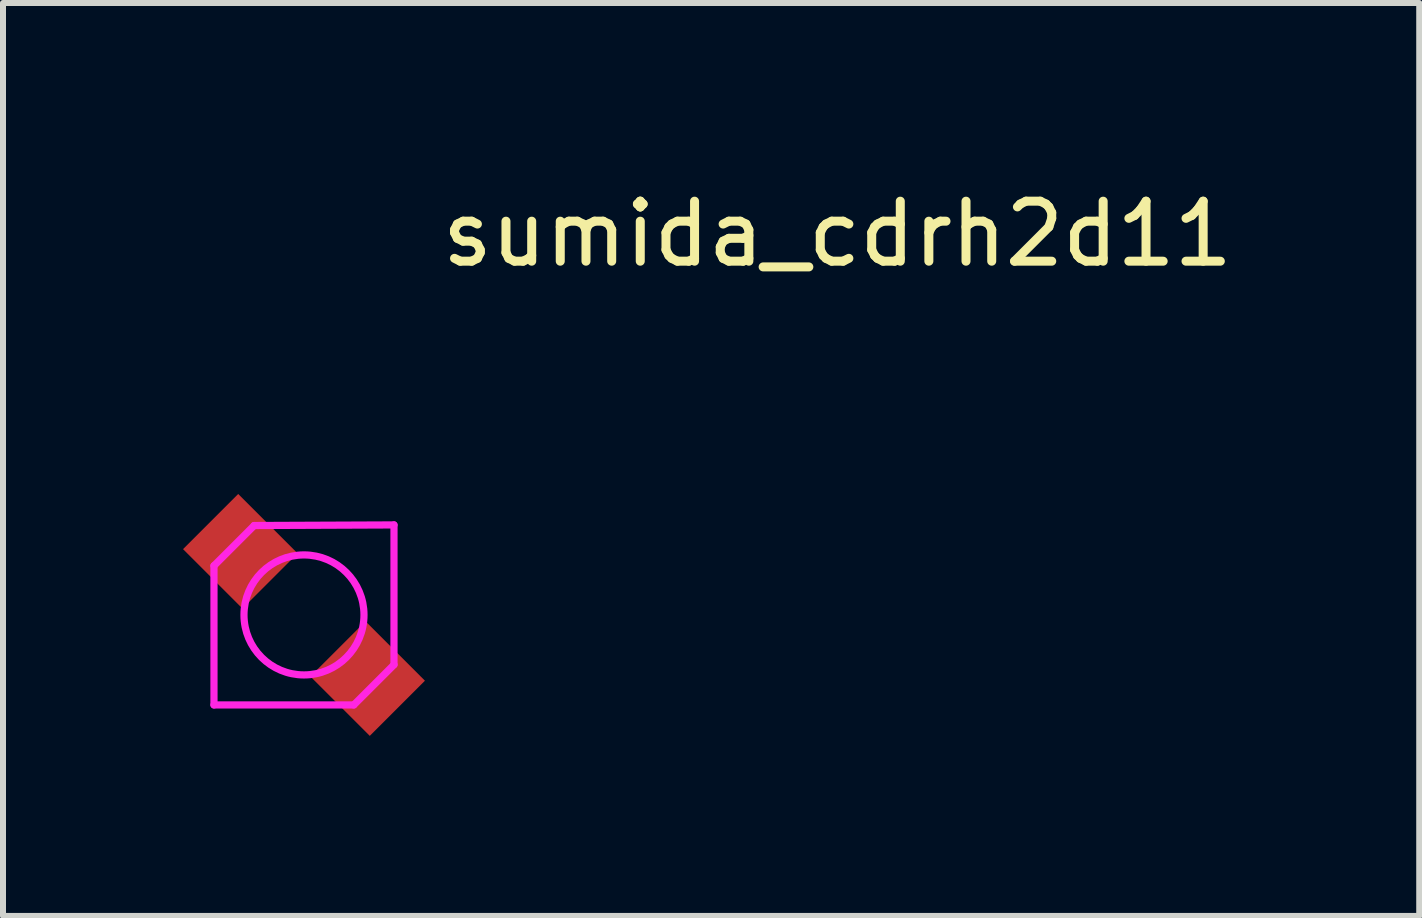
<source format=kicad_pcb>
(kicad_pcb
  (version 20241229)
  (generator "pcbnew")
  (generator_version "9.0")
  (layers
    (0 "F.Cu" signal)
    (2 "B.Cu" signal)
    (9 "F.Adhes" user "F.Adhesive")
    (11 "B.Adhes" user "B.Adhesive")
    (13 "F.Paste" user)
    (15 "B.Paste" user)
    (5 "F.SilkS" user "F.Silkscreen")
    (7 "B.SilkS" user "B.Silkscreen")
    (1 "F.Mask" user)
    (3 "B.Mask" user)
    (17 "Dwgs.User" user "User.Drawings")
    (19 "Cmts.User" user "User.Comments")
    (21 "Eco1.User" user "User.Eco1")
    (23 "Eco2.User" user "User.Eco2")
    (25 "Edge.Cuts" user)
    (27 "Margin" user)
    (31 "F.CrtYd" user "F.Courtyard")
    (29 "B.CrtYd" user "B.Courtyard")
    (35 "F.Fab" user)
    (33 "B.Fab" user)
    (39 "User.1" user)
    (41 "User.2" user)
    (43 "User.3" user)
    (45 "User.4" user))
  (footprint "sumida_cdrh2d11"
    (layer "F.Cu")
    (at 2.016 7.198)
    (property "Reference" "sumida_cdrh2d11" (at 8.89 -6.35 0) (layer "F.SilkS") (effects (font (size 1 1) (thickness 0.15))))
    (attr through_hole)
    (fp_line (start -1.5 -0.82) (end -0.83 -1.49) (stroke (width 0.12) (type solid)) (layer "F.CrtYd"))
    (fp_line (start -1.5 1.5) (end -1.5 -0.82) (stroke (width 0.12) (type solid)) (layer "F.CrtYd"))
    (fp_line (start -0.83 -1.49) (end 1.5 -1.5) (stroke (width 0.12) (type solid)) (layer "F.CrtYd"))
    (fp_line (start 0.83 1.5) (end -1.5 1.5) (stroke (width 0.12) (type solid)) (layer "F.CrtYd"))
    (fp_line (start 1.5 -1.5) (end 1.5 0.83) (stroke (width 0.12) (type solid)) (layer "F.CrtYd"))
    (fp_line (start 1.5 0.83) (end 0.83 1.5) (stroke (width 0.12) (type solid)) (layer "F.CrtYd"))
    (fp_circle (center 0 0) (end 0 -1) (stroke (width 0.12) (type solid)) (fill no) (layer "F.CrtYd"))
    (pad "1" smd rect (at -1.061 -1.061 45) (size 1.3 1.4) (layers "F.Cu" "F.Mask" "F.Paste"))
    (pad "2" smd rect (at 1.061 1.061 45) (size 1.3 1.4) (layers "F.Cu" "F.Mask" "F.Paste")))
  (gr_rect
    (start -3 -3)
    (end 20.602 12.214)
    (stroke (width 0.1) (type default))
    (fill no)
    (layer "Edge.Cuts")))
</source>
